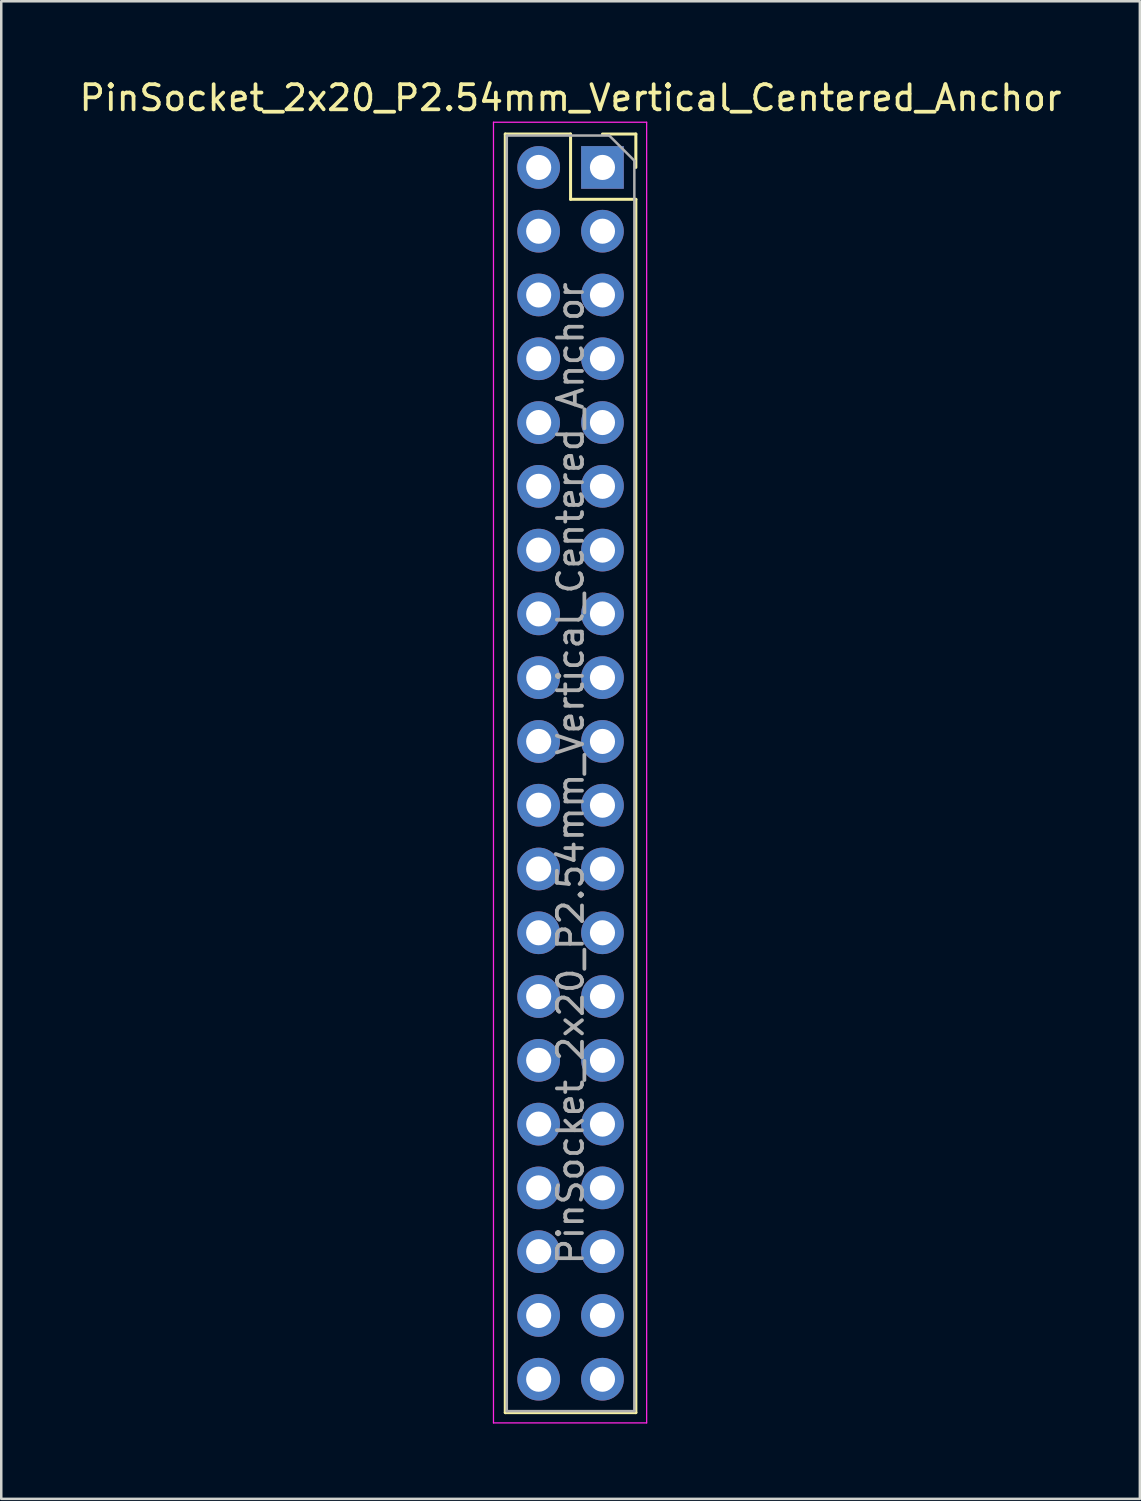
<source format=kicad_pcb>
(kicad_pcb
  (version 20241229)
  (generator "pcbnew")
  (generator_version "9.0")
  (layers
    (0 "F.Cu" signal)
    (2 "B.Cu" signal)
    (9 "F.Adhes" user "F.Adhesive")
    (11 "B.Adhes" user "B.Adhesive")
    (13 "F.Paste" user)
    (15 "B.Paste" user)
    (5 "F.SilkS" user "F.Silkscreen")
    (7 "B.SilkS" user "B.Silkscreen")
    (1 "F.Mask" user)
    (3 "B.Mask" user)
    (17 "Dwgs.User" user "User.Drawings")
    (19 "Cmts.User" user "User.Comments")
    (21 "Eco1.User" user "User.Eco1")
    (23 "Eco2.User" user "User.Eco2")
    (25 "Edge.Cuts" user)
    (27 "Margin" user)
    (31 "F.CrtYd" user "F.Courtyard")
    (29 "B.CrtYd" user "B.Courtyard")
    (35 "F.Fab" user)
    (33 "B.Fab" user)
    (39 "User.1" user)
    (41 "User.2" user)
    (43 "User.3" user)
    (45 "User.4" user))
  (footprint "PinSocket_2x20_P2.54mm_Vertical_Centered_Anchor"
    (layer "F.Cu")
    (at 19.673 27.748)
    (property "Reference" "PinSocket_2x20_P2.54mm_Vertical_Centered_Anchor" (at 0 -26.9 0) (layer "F.SilkS") (effects (font (size 1 1) (thickness 0.15))))
    (attr through_hole)
    (fp_line (start -2.6 -25.46) (end -2.6 25.46) (stroke (width 0.12) (type solid)) (layer "F.SilkS"))
    (fp_line (start -2.6 -25.46) (end 0 -25.46) (stroke (width 0.12) (type solid)) (layer "F.SilkS"))
    (fp_line (start -2.6 25.46) (end 2.6 25.46) (stroke (width 0.12) (type solid)) (layer "F.SilkS"))
    (fp_line (start 0 -25.46) (end 0 -22.86) (stroke (width 0.12) (type solid)) (layer "F.SilkS"))
    (fp_line (start 0 -22.86) (end 2.6 -22.86) (stroke (width 0.12) (type solid)) (layer "F.SilkS"))
    (fp_line (start 1.27 -25.46) (end 2.6 -25.46) (stroke (width 0.12) (type solid)) (layer "F.SilkS"))
    (fp_line (start 2.6 -25.46) (end 2.6 -24.13) (stroke (width 0.12) (type solid)) (layer "F.SilkS"))
    (fp_line (start 2.6 -22.86) (end 2.6 25.46) (stroke (width 0.12) (type solid)) (layer "F.SilkS"))
    (fp_line (start -3.07 -25.93) (end 3.03 -25.93) (stroke (width 0.05) (type solid)) (layer "F.CrtYd"))
    (fp_line (start -3.07 25.87) (end -3.07 -25.93) (stroke (width 0.05) (type solid)) (layer "F.CrtYd"))
    (fp_line (start 3.03 -25.93) (end 3.03 25.87) (stroke (width 0.05) (type solid)) (layer "F.CrtYd"))
    (fp_line (start 3.03 25.87) (end -3.07 25.87) (stroke (width 0.05) (type solid)) (layer "F.CrtYd"))
    (fp_line (start -2.54 -25.4) (end 1.54 -25.4) (stroke (width 0.1) (type solid)) (layer "F.Fab"))
    (fp_line (start -2.54 25.4) (end -2.54 -25.4) (stroke (width 0.1) (type solid)) (layer "F.Fab"))
    (fp_line (start 1.54 -25.4) (end 2.54 -24.4) (stroke (width 0.1) (type solid)) (layer "F.Fab"))
    (fp_line (start 2.54 -24.4) (end 2.54 25.4) (stroke (width 0.1) (type solid)) (layer "F.Fab"))
    (fp_line (start 2.54 25.4) (end -2.54 25.4) (stroke (width 0.1) (type solid)) (layer "F.Fab"))
    (fp_text user "${REFERENCE}" (at 0 0 90) (layer "F.Fab") (effects (font (size 1 1) (thickness 0.15))))
    (pad "1" thru_hole rect (at 1.27 -24.13) (size 1.7 1.7) (drill 1) (layers "*.Cu" "*.Mask"))
    (pad "2" thru_hole oval (at -1.27 -24.13) (size 1.7 1.7) (drill 1) (layers "*.Cu" "*.Mask"))
    (pad "3" thru_hole oval (at 1.27 -21.59) (size 1.7 1.7) (drill 1) (layers "*.Cu" "*.Mask"))
    (pad "4" thru_hole oval (at -1.27 -21.59) (size 1.7 1.7) (drill 1) (layers "*.Cu" "*.Mask"))
    (pad "5" thru_hole oval (at 1.27 -19.05) (size 1.7 1.7) (drill 1) (layers "*.Cu" "*.Mask"))
    (pad "6" thru_hole oval (at -1.27 -19.05) (size 1.7 1.7) (drill 1) (layers "*.Cu" "*.Mask"))
    (pad "7" thru_hole oval (at 1.27 -16.51) (size 1.7 1.7) (drill 1) (layers "*.Cu" "*.Mask"))
    (pad "8" thru_hole oval (at -1.27 -16.51) (size 1.7 1.7) (drill 1) (layers "*.Cu" "*.Mask"))
    (pad "9" thru_hole oval (at 1.27 -13.97) (size 1.7 1.7) (drill 1) (layers "*.Cu" "*.Mask"))
    (pad "10" thru_hole oval (at -1.27 -13.97) (size 1.7 1.7) (drill 1) (layers "*.Cu" "*.Mask"))
    (pad "11" thru_hole oval (at 1.27 -11.43) (size 1.7 1.7) (drill 1) (layers "*.Cu" "*.Mask"))
    (pad "12" thru_hole oval (at -1.27 -11.43) (size 1.7 1.7) (drill 1) (layers "*.Cu" "*.Mask"))
    (pad "13" thru_hole oval (at 1.27 -8.89) (size 1.7 1.7) (drill 1) (layers "*.Cu" "*.Mask"))
    (pad "14" thru_hole oval (at -1.27 -8.89) (size 1.7 1.7) (drill 1) (layers "*.Cu" "*.Mask"))
    (pad "15" thru_hole oval (at 1.27 -6.35) (size 1.7 1.7) (drill 1) (layers "*.Cu" "*.Mask"))
    (pad "16" thru_hole oval (at -1.27 -6.35) (size 1.7 1.7) (drill 1) (layers "*.Cu" "*.Mask"))
    (pad "17" thru_hole oval (at 1.27 -3.81) (size 1.7 1.7) (drill 1) (layers "*.Cu" "*.Mask"))
    (pad "18" thru_hole oval (at -1.27 -3.81) (size 1.7 1.7) (drill 1) (layers "*.Cu" "*.Mask"))
    (pad "19" thru_hole oval (at 1.27 -1.27) (size 1.7 1.7) (drill 1) (layers "*.Cu" "*.Mask"))
    (pad "20" thru_hole oval (at -1.27 -1.27) (size 1.7 1.7) (drill 1) (layers "*.Cu" "*.Mask"))
    (pad "21" thru_hole oval (at 1.27 1.27) (size 1.7 1.7) (drill 1) (layers "*.Cu" "*.Mask"))
    (pad "22" thru_hole oval (at -1.27 1.27) (size 1.7 1.7) (drill 1) (layers "*.Cu" "*.Mask"))
    (pad "23" thru_hole oval (at 1.27 3.81) (size 1.7 1.7) (drill 1) (layers "*.Cu" "*.Mask"))
    (pad "24" thru_hole oval (at -1.27 3.81) (size 1.7 1.7) (drill 1) (layers "*.Cu" "*.Mask"))
    (pad "25" thru_hole oval (at 1.27 6.35) (size 1.7 1.7) (drill 1) (layers "*.Cu" "*.Mask"))
    (pad "26" thru_hole oval (at -1.27 6.35) (size 1.7 1.7) (drill 1) (layers "*.Cu" "*.Mask"))
    (pad "27" thru_hole oval (at 1.27 8.89) (size 1.7 1.7) (drill 1) (layers "*.Cu" "*.Mask"))
    (pad "28" thru_hole oval (at -1.27 8.89) (size 1.7 1.7) (drill 1) (layers "*.Cu" "*.Mask"))
    (pad "29" thru_hole oval (at 1.27 11.43) (size 1.7 1.7) (drill 1) (layers "*.Cu" "*.Mask"))
    (pad "30" thru_hole oval (at -1.27 11.43) (size 1.7 1.7) (drill 1) (layers "*.Cu" "*.Mask"))
    (pad "31" thru_hole oval (at 1.27 13.97) (size 1.7 1.7) (drill 1) (layers "*.Cu" "*.Mask"))
    (pad "32" thru_hole oval (at -1.27 13.97) (size 1.7 1.7) (drill 1) (layers "*.Cu" "*.Mask"))
    (pad "33" thru_hole oval (at 1.27 16.51) (size 1.7 1.7) (drill 1) (layers "*.Cu" "*.Mask"))
    (pad "34" thru_hole oval (at -1.27 16.51) (size 1.7 1.7) (drill 1) (layers "*.Cu" "*.Mask"))
    (pad "35" thru_hole oval (at 1.27 19.05) (size 1.7 1.7) (drill 1) (layers "*.Cu" "*.Mask"))
    (pad "36" thru_hole oval (at -1.27 19.05) (size 1.7 1.7) (drill 1) (layers "*.Cu" "*.Mask"))
    (pad "37" thru_hole oval (at 1.27 21.59) (size 1.7 1.7) (drill 1) (layers "*.Cu" "*.Mask"))
    (pad "38" thru_hole oval (at -1.27 21.59) (size 1.7 1.7) (drill 1) (layers "*.Cu" "*.Mask"))
    (pad "39" thru_hole oval (at 1.27 24.13) (size 1.7 1.7) (drill 1) (layers "*.Cu" "*.Mask"))
    (pad "40" thru_hole oval (at -1.27 24.13) (size 1.7 1.7) (drill 1) (layers "*.Cu" "*.Mask")))
  (gr_rect
    (start -3 -3)
    (end 42.345 56.643)
    (stroke (width 0.1) (type default))
    (fill no)
    (layer "Edge.Cuts")))
</source>
